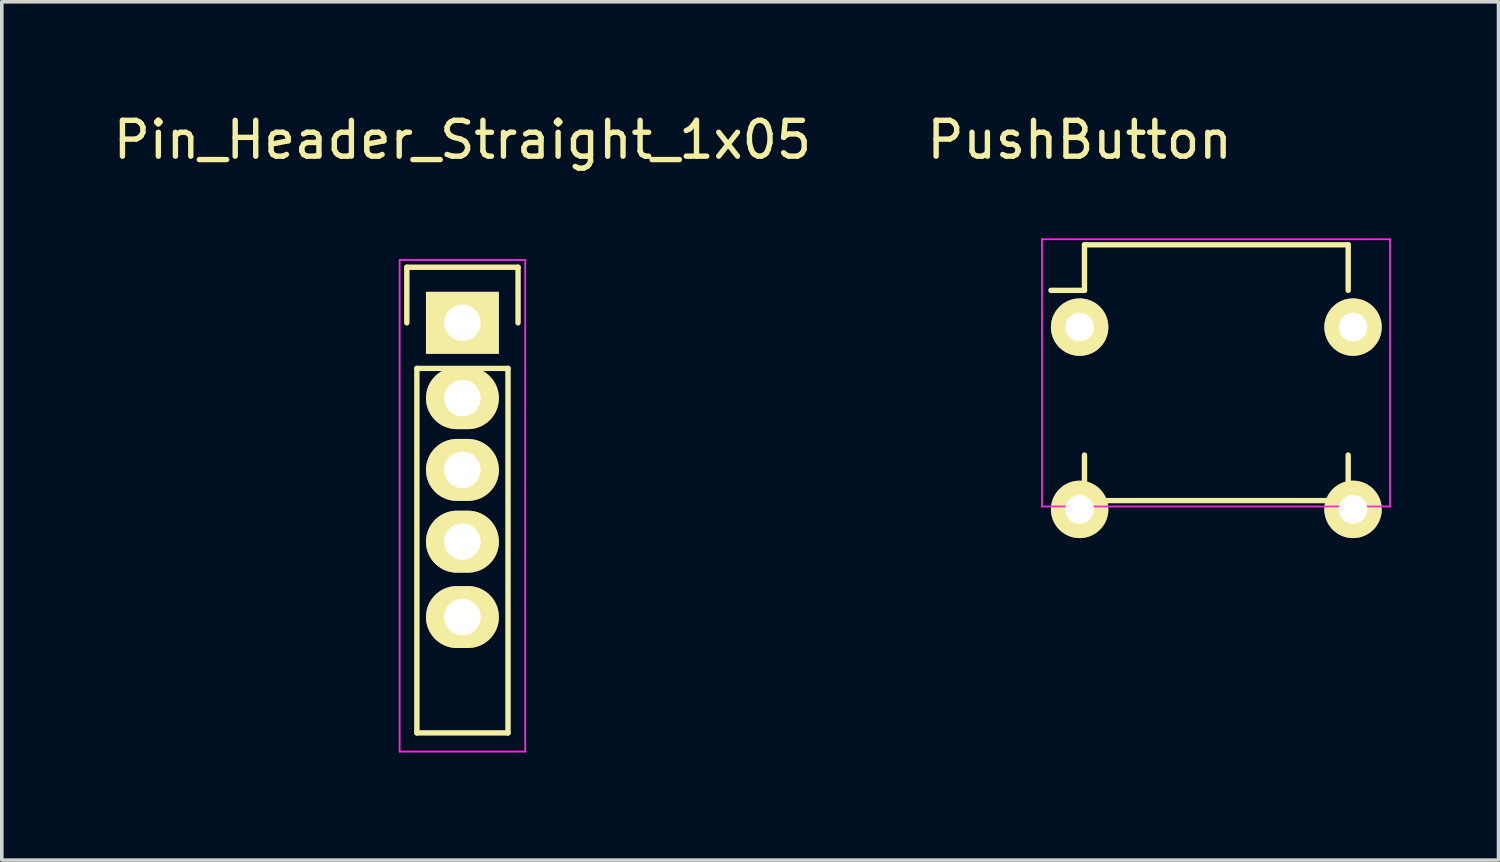
<source format=kicad_pcb>
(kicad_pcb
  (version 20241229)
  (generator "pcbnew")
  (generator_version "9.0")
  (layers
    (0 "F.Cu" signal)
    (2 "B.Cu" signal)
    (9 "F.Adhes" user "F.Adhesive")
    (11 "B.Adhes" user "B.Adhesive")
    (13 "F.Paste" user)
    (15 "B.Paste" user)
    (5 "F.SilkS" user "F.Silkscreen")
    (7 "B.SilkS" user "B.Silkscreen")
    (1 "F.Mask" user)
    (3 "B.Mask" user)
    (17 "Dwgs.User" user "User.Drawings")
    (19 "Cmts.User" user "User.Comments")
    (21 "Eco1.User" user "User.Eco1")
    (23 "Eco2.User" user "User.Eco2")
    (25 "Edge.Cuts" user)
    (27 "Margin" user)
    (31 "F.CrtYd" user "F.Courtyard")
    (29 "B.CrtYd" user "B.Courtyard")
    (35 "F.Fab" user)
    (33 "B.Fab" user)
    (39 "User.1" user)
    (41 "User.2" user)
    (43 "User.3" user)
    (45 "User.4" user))
  (footprint "PushButton"
    (layer "F.Cu")
    (at 27.042 6.068)
    (property "Reference" "PushButton" (at 0 -5.22 0) (layer "F.SilkS") (effects (font (size 1 1) (thickness 0.15))))
    (attr through_hole)
    (fp_line (start 0.135 -2.295) (end 0.135 -1.025) (stroke (width 0.15) (type solid)) (layer "F.SilkS"))
    (fp_line (start 0.135 -2.295) (end 7.485 -2.295) (stroke (width 0.15) (type solid)) (layer "F.SilkS"))
    (fp_line (start 0.135 -1.025) (end -0.8 -1.025) (stroke (width 0.15) (type solid)) (layer "F.SilkS"))
    (fp_line (start 0.135 4.835) (end 0.135 3.565) (stroke (width 0.15) (type solid)) (layer "F.SilkS"))
    (fp_line (start 0.135 4.835) (end 7.485 4.835) (stroke (width 0.15) (type solid)) (layer "F.SilkS"))
    (fp_line (start 7.485 -2.295) (end 7.485 -1.025) (stroke (width 0.15) (type solid)) (layer "F.SilkS"))
    (fp_line (start 7.485 4.835) (end 7.485 3.565) (stroke (width 0.15) (type solid)) (layer "F.SilkS"))
    (fp_line (start -1.05 -2.45) (end -1.05 5) (stroke (width 0.05) (type solid)) (layer "F.CrtYd"))
    (fp_line (start -1.05 -2.45) (end 8.65 -2.45) (stroke (width 0.05) (type solid)) (layer "F.CrtYd"))
    (fp_line (start -1.05 5) (end 8.65 5) (stroke (width 0.05) (type solid)) (layer "F.CrtYd"))
    (fp_line (start 8.65 -2.45) (end 8.65 5) (stroke (width 0.05) (type solid)) (layer "F.CrtYd"))
    (pad "1" thru_hole oval (at 0 0) (size 1.6 1.6) (drill 0.8) (layers "*.Cu" "*.Mask" "F.SilkS"))
    (pad "2" thru_hole oval (at 0 5.08) (size 1.6 1.6) (drill 0.8) (layers "*.Cu" "*.Mask" "F.SilkS"))
    (pad "3" thru_hole oval (at 7.62 5.08) (size 1.6 1.6) (drill 0.8) (layers "*.Cu" "*.Mask" "F.SilkS"))
    (pad "4" thru_hole oval (at 7.62 0) (size 1.6 1.6) (drill 0.8) (layers "*.Cu" "*.Mask" "F.SilkS")))
  (footprint "Pin_Header_Straight_1x05"
    (layer "F.Cu")
    (at 9.839 5.948)
    (property "Reference" "Pin_Header_Straight_1x05" (at 0 -5.1 0) (layer "F.SilkS") (effects (font (size 1 1) (thickness 0.15))))
    (attr through_hole)
    (fp_line (start -1.55 -1.55) (end 1.55 -1.55) (stroke (width 0.15) (type solid)) (layer "F.SilkS"))
    (fp_line (start -1.55 0) (end -1.55 -1.55) (stroke (width 0.15) (type solid)) (layer "F.SilkS"))
    (fp_line (start -1.27 11.43) (end -1.27 1.27) (stroke (width 0.15) (type solid)) (layer "F.SilkS"))
    (fp_line (start 1.27 1.27) (end -1.27 1.27) (stroke (width 0.15) (type solid)) (layer "F.SilkS"))
    (fp_line (start 1.27 1.27) (end 1.27 11.43) (stroke (width 0.15) (type solid)) (layer "F.SilkS"))
    (fp_line (start 1.27 11.43) (end -1.27 11.43) (stroke (width 0.15) (type solid)) (layer "F.SilkS"))
    (fp_line (start 1.55 -1.55) (end 1.55 0) (stroke (width 0.15) (type solid)) (layer "F.SilkS"))
    (fp_line (start -1.75 -1.75) (end -1.75 11.95) (stroke (width 0.05) (type solid)) (layer "F.CrtYd"))
    (fp_line (start -1.75 -1.75) (end 1.75 -1.75) (stroke (width 0.05) (type solid)) (layer "F.CrtYd"))
    (fp_line (start -1.75 11.95) (end 1.75 11.95) (stroke (width 0.05) (type solid)) (layer "F.CrtYd"))
    (fp_line (start 1.75 -1.75) (end 1.75 11.95) (stroke (width 0.05) (type solid)) (layer "F.CrtYd"))
    (pad "1" thru_hole rect (at 0 0) (size 2.032 1.727) (drill 1.016) (layers "*.Cu" "*.Mask" "F.SilkS"))
    (pad "2" thru_hole oval (at 0 2.1) (size 2.032 1.727) (drill 1.016) (layers "*.Cu" "*.Mask" "F.SilkS"))
    (pad "3" thru_hole oval (at 0 4.1) (size 2.032 1.727) (drill 1.016) (layers "*.Cu" "*.Mask" "F.SilkS"))
    (pad "4" thru_hole oval (at 0 6.1) (size 2.032 1.727) (drill 1.016) (layers "*.Cu" "*.Mask" "F.SilkS"))
    (pad "5" thru_hole oval (at 0 8.2) (size 2.032 1.727) (drill 1.016) (layers "*.Cu" "*.Mask" "F.SilkS")))
  (gr_rect
    (start -3 -3)
    (end 38.717 20.923)
    (stroke (width 0.1) (type default))
    (fill no)
    (layer "Edge.Cuts")))
</source>
